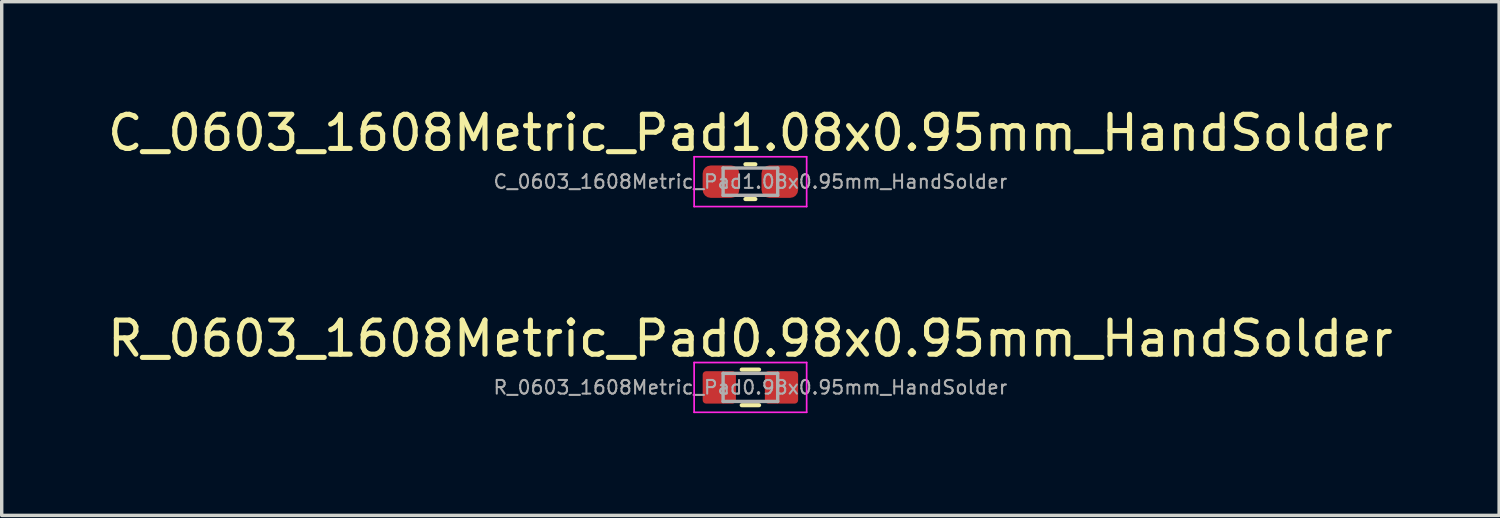
<source format=kicad_pcb>
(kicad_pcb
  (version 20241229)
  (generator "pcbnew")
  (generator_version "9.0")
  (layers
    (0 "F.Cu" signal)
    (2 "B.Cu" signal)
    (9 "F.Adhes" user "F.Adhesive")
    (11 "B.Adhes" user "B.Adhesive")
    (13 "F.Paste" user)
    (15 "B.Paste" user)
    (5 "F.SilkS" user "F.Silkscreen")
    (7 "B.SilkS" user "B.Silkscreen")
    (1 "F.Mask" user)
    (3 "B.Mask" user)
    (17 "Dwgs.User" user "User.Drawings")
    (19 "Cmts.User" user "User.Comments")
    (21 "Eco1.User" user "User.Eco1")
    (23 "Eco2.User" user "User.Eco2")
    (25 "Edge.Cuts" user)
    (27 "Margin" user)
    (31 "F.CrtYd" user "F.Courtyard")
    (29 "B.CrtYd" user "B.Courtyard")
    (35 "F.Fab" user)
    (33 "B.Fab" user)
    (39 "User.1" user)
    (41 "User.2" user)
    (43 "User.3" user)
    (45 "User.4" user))
  (footprint "C_0603_1608Metric_Pad1.08x0.95mm_HandSolder"
    (layer "F.Cu")
    (at 18.958 2.278)
    (property "Reference" "C_0603_1608Metric_Pad1.08x0.95mm_HandSolder" (at 0 -1.43 0) (layer "F.SilkS") (effects (font (size 1 1) (thickness 0.15))))
    (attr smd)
    (fp_line (start -0.146 -0.51) (end 0.146 -0.51) (stroke (width 0.12) (type solid)) (layer "F.SilkS"))
    (fp_line (start -0.146 0.51) (end 0.146 0.51) (stroke (width 0.12) (type solid)) (layer "F.SilkS"))
    (fp_line (start -1.65 -0.73) (end 1.65 -0.73) (stroke (width 0.05) (type solid)) (layer "F.CrtYd"))
    (fp_line (start -1.65 0.73) (end -1.65 -0.73) (stroke (width 0.05) (type solid)) (layer "F.CrtYd"))
    (fp_line (start 1.65 -0.73) (end 1.65 0.73) (stroke (width 0.05) (type solid)) (layer "F.CrtYd"))
    (fp_line (start 1.65 0.73) (end -1.65 0.73) (stroke (width 0.05) (type solid)) (layer "F.CrtYd"))
    (fp_line (start -0.8 -0.4) (end 0.8 -0.4) (stroke (width 0.1) (type solid)) (layer "F.Fab"))
    (fp_line (start -0.8 0.4) (end -0.8 -0.4) (stroke (width 0.1) (type solid)) (layer "F.Fab"))
    (fp_line (start 0.8 -0.4) (end 0.8 0.4) (stroke (width 0.1) (type solid)) (layer "F.Fab"))
    (fp_line (start 0.8 0.4) (end -0.8 0.4) (stroke (width 0.1) (type solid)) (layer "F.Fab"))
    (fp_text user "${REFERENCE}" (at 0 0 0) (layer "F.Fab") (effects (font (size 0.4 0.4) (thickness 0.06))))
    (pad "1" smd roundrect (at -0.863 0) (size 1.075 0.95) (layers "F.Cu" "F.Mask" "F.Paste") (roundrect_rratio 0.25))
    (pad "2" smd roundrect (at 0.863 0) (size 1.075 0.95) (layers "F.Cu" "F.Mask" "F.Paste") (roundrect_rratio 0.25)))
  (footprint "R_0603_1608Metric_Pad0.98x0.95mm_HandSolder"
    (layer "F.Cu")
    (at 18.958 8.312)
    (property "Reference" "R_0603_1608Metric_Pad0.98x0.95mm_HandSolder" (at 0 -1.43 0) (layer "F.SilkS") (effects (font (size 1 1) (thickness 0.15))))
    (attr smd)
    (fp_line (start -0.255 -0.522) (end 0.255 -0.522) (stroke (width 0.12) (type solid)) (layer "F.SilkS"))
    (fp_line (start -0.255 0.522) (end 0.255 0.522) (stroke (width 0.12) (type solid)) (layer "F.SilkS"))
    (fp_line (start -1.65 -0.73) (end 1.65 -0.73) (stroke (width 0.05) (type solid)) (layer "F.CrtYd"))
    (fp_line (start -1.65 0.73) (end -1.65 -0.73) (stroke (width 0.05) (type solid)) (layer "F.CrtYd"))
    (fp_line (start 1.65 -0.73) (end 1.65 0.73) (stroke (width 0.05) (type solid)) (layer "F.CrtYd"))
    (fp_line (start 1.65 0.73) (end -1.65 0.73) (stroke (width 0.05) (type solid)) (layer "F.CrtYd"))
    (fp_line (start -0.8 -0.412) (end 0.8 -0.412) (stroke (width 0.1) (type solid)) (layer "F.Fab"))
    (fp_line (start -0.8 0.412) (end -0.8 -0.412) (stroke (width 0.1) (type solid)) (layer "F.Fab"))
    (fp_line (start 0.8 -0.412) (end 0.8 0.412) (stroke (width 0.1) (type solid)) (layer "F.Fab"))
    (fp_line (start 0.8 0.412) (end -0.8 0.412) (stroke (width 0.1) (type solid)) (layer "F.Fab"))
    (fp_text user "${REFERENCE}" (at 0 0 0) (layer "F.Fab") (effects (font (size 0.4 0.4) (thickness 0.06))))
    (pad "1" smd roundrect (at -0.912 0) (size 0.975 0.95) (layers "F.Cu" "F.Mask" "F.Paste") (roundrect_rratio 0.105))
    (pad "2" smd roundrect (at 0.912 0) (size 0.975 0.95) (layers "F.Cu" "F.Mask" "F.Paste") (roundrect_rratio 0.105)))
  (gr_rect
    (start -3 -3)
    (end 40.917 12.066)
    (stroke (width 0.1) (type default))
    (fill no)
    (layer "Edge.Cuts")))
</source>
